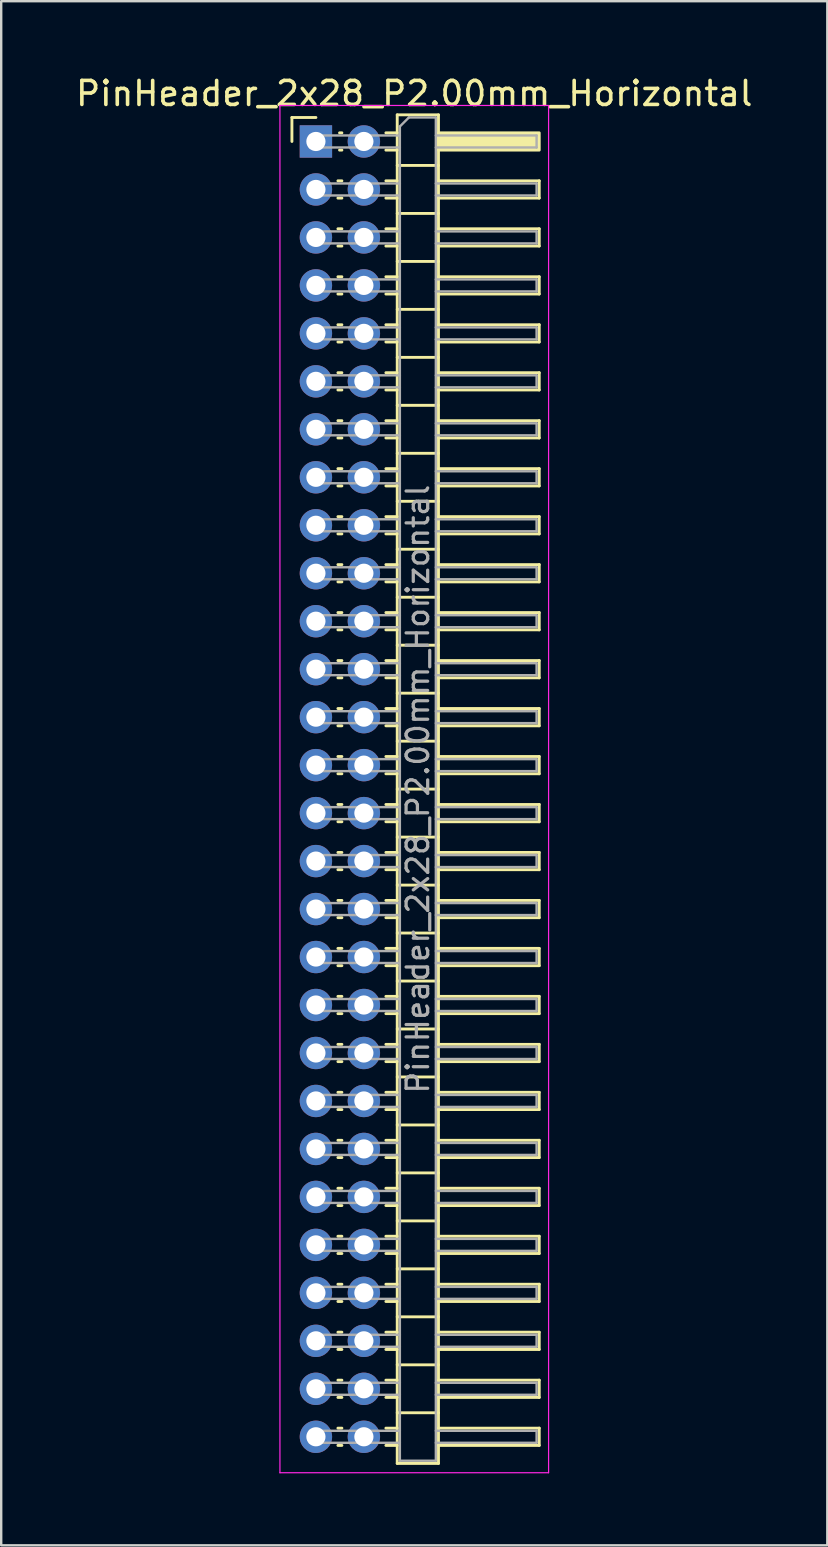
<source format=kicad_pcb>
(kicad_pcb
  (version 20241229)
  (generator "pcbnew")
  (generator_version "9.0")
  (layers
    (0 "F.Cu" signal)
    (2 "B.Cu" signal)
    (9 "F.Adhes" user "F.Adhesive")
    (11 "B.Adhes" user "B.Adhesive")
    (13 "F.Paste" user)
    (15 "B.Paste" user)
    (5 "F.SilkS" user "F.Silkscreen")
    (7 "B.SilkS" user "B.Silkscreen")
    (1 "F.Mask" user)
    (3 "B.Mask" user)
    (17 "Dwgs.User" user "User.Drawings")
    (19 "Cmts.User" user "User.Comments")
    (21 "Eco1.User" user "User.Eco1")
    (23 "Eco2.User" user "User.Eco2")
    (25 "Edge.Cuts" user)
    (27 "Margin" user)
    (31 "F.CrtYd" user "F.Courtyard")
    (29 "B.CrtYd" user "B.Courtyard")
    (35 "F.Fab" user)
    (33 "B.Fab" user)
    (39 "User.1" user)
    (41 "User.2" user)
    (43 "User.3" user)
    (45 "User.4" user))
  (footprint "PinHeader_2x28_P2.00mm_Horizontal"
    (layer "F.Cu")
    (at 10.12 2.848)
    (property "Reference" "PinHeader_2x28_P2.00mm_Horizontal" (at 4.1 -2 0) (layer "F.SilkS") (effects (font (size 1 1) (thickness 0.15))))
    (attr through_hole)
    (fp_line (start -1 -1) (end 0 -1) (stroke (width 0.12) (type solid)) (layer "F.SilkS"))
    (fp_line (start -1 0) (end -1 -1) (stroke (width 0.12) (type solid)) (layer "F.SilkS"))
    (fp_line (start 0.917 1.64) (end 1.083 1.64) (stroke (width 0.12) (type solid)) (layer "F.SilkS"))
    (fp_line (start 0.917 2.36) (end 1.083 2.36) (stroke (width 0.12) (type solid)) (layer "F.SilkS"))
    (fp_line (start 0.917 3.64) (end 1.083 3.64) (stroke (width 0.12) (type solid)) (layer "F.SilkS"))
    (fp_line (start 0.917 4.36) (end 1.083 4.36) (stroke (width 0.12) (type solid)) (layer "F.SilkS"))
    (fp_line (start 0.917 5.64) (end 1.083 5.64) (stroke (width 0.12) (type solid)) (layer "F.SilkS"))
    (fp_line (start 0.917 6.36) (end 1.083 6.36) (stroke (width 0.12) (type solid)) (layer "F.SilkS"))
    (fp_line (start 0.917 7.64) (end 1.083 7.64) (stroke (width 0.12) (type solid)) (layer "F.SilkS"))
    (fp_line (start 0.917 8.36) (end 1.083 8.36) (stroke (width 0.12) (type solid)) (layer "F.SilkS"))
    (fp_line (start 0.917 9.64) (end 1.083 9.64) (stroke (width 0.12) (type solid)) (layer "F.SilkS"))
    (fp_line (start 0.917 10.36) (end 1.083 10.36) (stroke (width 0.12) (type solid)) (layer "F.SilkS"))
    (fp_line (start 0.917 11.64) (end 1.083 11.64) (stroke (width 0.12) (type solid)) (layer "F.SilkS"))
    (fp_line (start 0.917 12.36) (end 1.083 12.36) (stroke (width 0.12) (type solid)) (layer "F.SilkS"))
    (fp_line (start 0.917 13.64) (end 1.083 13.64) (stroke (width 0.12) (type solid)) (layer "F.SilkS"))
    (fp_line (start 0.917 14.36) (end 1.083 14.36) (stroke (width 0.12) (type solid)) (layer "F.SilkS"))
    (fp_line (start 0.917 15.64) (end 1.083 15.64) (stroke (width 0.12) (type solid)) (layer "F.SilkS"))
    (fp_line (start 0.917 16.36) (end 1.083 16.36) (stroke (width 0.12) (type solid)) (layer "F.SilkS"))
    (fp_line (start 0.917 17.64) (end 1.083 17.64) (stroke (width 0.12) (type solid)) (layer "F.SilkS"))
    (fp_line (start 0.917 18.36) (end 1.083 18.36) (stroke (width 0.12) (type solid)) (layer "F.SilkS"))
    (fp_line (start 0.917 19.64) (end 1.083 19.64) (stroke (width 0.12) (type solid)) (layer "F.SilkS"))
    (fp_line (start 0.917 20.36) (end 1.083 20.36) (stroke (width 0.12) (type solid)) (layer "F.SilkS"))
    (fp_line (start 0.917 21.64) (end 1.083 21.64) (stroke (width 0.12) (type solid)) (layer "F.SilkS"))
    (fp_line (start 0.917 22.36) (end 1.083 22.36) (stroke (width 0.12) (type solid)) (layer "F.SilkS"))
    (fp_line (start 0.917 23.64) (end 1.083 23.64) (stroke (width 0.12) (type solid)) (layer "F.SilkS"))
    (fp_line (start 0.917 24.36) (end 1.083 24.36) (stroke (width 0.12) (type solid)) (layer "F.SilkS"))
    (fp_line (start 0.917 25.64) (end 1.083 25.64) (stroke (width 0.12) (type solid)) (layer "F.SilkS"))
    (fp_line (start 0.917 26.36) (end 1.083 26.36) (stroke (width 0.12) (type solid)) (layer "F.SilkS"))
    (fp_line (start 0.917 27.64) (end 1.083 27.64) (stroke (width 0.12) (type solid)) (layer "F.SilkS"))
    (fp_line (start 0.917 28.36) (end 1.083 28.36) (stroke (width 0.12) (type solid)) (layer "F.SilkS"))
    (fp_line (start 0.917 29.64) (end 1.083 29.64) (stroke (width 0.12) (type solid)) (layer "F.SilkS"))
    (fp_line (start 0.917 30.36) (end 1.083 30.36) (stroke (width 0.12) (type solid)) (layer "F.SilkS"))
    (fp_line (start 0.917 31.64) (end 1.083 31.64) (stroke (width 0.12) (type solid)) (layer "F.SilkS"))
    (fp_line (start 0.917 32.36) (end 1.083 32.36) (stroke (width 0.12) (type solid)) (layer "F.SilkS"))
    (fp_line (start 0.917 33.64) (end 1.083 33.64) (stroke (width 0.12) (type solid)) (layer "F.SilkS"))
    (fp_line (start 0.917 34.36) (end 1.083 34.36) (stroke (width 0.12) (type solid)) (layer "F.SilkS"))
    (fp_line (start 0.917 35.64) (end 1.083 35.64) (stroke (width 0.12) (type solid)) (layer "F.SilkS"))
    (fp_line (start 0.917 36.36) (end 1.083 36.36) (stroke (width 0.12) (type solid)) (layer "F.SilkS"))
    (fp_line (start 0.917 37.64) (end 1.083 37.64) (stroke (width 0.12) (type solid)) (layer "F.SilkS"))
    (fp_line (start 0.917 38.36) (end 1.083 38.36) (stroke (width 0.12) (type solid)) (layer "F.SilkS"))
    (fp_line (start 0.917 39.64) (end 1.083 39.64) (stroke (width 0.12) (type solid)) (layer "F.SilkS"))
    (fp_line (start 0.917 40.36) (end 1.083 40.36) (stroke (width 0.12) (type solid)) (layer "F.SilkS"))
    (fp_line (start 0.917 41.64) (end 1.083 41.64) (stroke (width 0.12) (type solid)) (layer "F.SilkS"))
    (fp_line (start 0.917 42.36) (end 1.083 42.36) (stroke (width 0.12) (type solid)) (layer "F.SilkS"))
    (fp_line (start 0.917 43.64) (end 1.083 43.64) (stroke (width 0.12) (type solid)) (layer "F.SilkS"))
    (fp_line (start 0.917 44.36) (end 1.083 44.36) (stroke (width 0.12) (type solid)) (layer "F.SilkS"))
    (fp_line (start 0.917 45.64) (end 1.083 45.64) (stroke (width 0.12) (type solid)) (layer "F.SilkS"))
    (fp_line (start 0.917 46.36) (end 1.083 46.36) (stroke (width 0.12) (type solid)) (layer "F.SilkS"))
    (fp_line (start 0.917 47.64) (end 1.083 47.64) (stroke (width 0.12) (type solid)) (layer "F.SilkS"))
    (fp_line (start 0.917 48.36) (end 1.083 48.36) (stroke (width 0.12) (type solid)) (layer "F.SilkS"))
    (fp_line (start 0.917 49.64) (end 1.083 49.64) (stroke (width 0.12) (type solid)) (layer "F.SilkS"))
    (fp_line (start 0.917 50.36) (end 1.083 50.36) (stroke (width 0.12) (type solid)) (layer "F.SilkS"))
    (fp_line (start 0.917 51.64) (end 1.083 51.64) (stroke (width 0.12) (type solid)) (layer "F.SilkS"))
    (fp_line (start 0.917 52.36) (end 1.083 52.36) (stroke (width 0.12) (type solid)) (layer "F.SilkS"))
    (fp_line (start 0.917 53.64) (end 1.083 53.64) (stroke (width 0.12) (type solid)) (layer "F.SilkS"))
    (fp_line (start 0.917 54.36) (end 1.083 54.36) (stroke (width 0.12) (type solid)) (layer "F.SilkS"))
    (fp_line (start 0.985 -0.36) (end 1.083 -0.36) (stroke (width 0.12) (type solid)) (layer "F.SilkS"))
    (fp_line (start 0.985 0.36) (end 1.083 0.36) (stroke (width 0.12) (type solid)) (layer "F.SilkS"))
    (fp_line (start 2.917 -0.36) (end 3.39 -0.36) (stroke (width 0.12) (type solid)) (layer "F.SilkS"))
    (fp_line (start 2.917 0.36) (end 3.39 0.36) (stroke (width 0.12) (type solid)) (layer "F.SilkS"))
    (fp_line (start 2.917 1.64) (end 3.39 1.64) (stroke (width 0.12) (type solid)) (layer "F.SilkS"))
    (fp_line (start 2.917 2.36) (end 3.39 2.36) (stroke (width 0.12) (type solid)) (layer "F.SilkS"))
    (fp_line (start 2.917 3.64) (end 3.39 3.64) (stroke (width 0.12) (type solid)) (layer "F.SilkS"))
    (fp_line (start 2.917 4.36) (end 3.39 4.36) (stroke (width 0.12) (type solid)) (layer "F.SilkS"))
    (fp_line (start 2.917 5.64) (end 3.39 5.64) (stroke (width 0.12) (type solid)) (layer "F.SilkS"))
    (fp_line (start 2.917 6.36) (end 3.39 6.36) (stroke (width 0.12) (type solid)) (layer "F.SilkS"))
    (fp_line (start 2.917 7.64) (end 3.39 7.64) (stroke (width 0.12) (type solid)) (layer "F.SilkS"))
    (fp_line (start 2.917 8.36) (end 3.39 8.36) (stroke (width 0.12) (type solid)) (layer "F.SilkS"))
    (fp_line (start 2.917 9.64) (end 3.39 9.64) (stroke (width 0.12) (type solid)) (layer "F.SilkS"))
    (fp_line (start 2.917 10.36) (end 3.39 10.36) (stroke (width 0.12) (type solid)) (layer "F.SilkS"))
    (fp_line (start 2.917 11.64) (end 3.39 11.64) (stroke (width 0.12) (type solid)) (layer "F.SilkS"))
    (fp_line (start 2.917 12.36) (end 3.39 12.36) (stroke (width 0.12) (type solid)) (layer "F.SilkS"))
    (fp_line (start 2.917 13.64) (end 3.39 13.64) (stroke (width 0.12) (type solid)) (layer "F.SilkS"))
    (fp_line (start 2.917 14.36) (end 3.39 14.36) (stroke (width 0.12) (type solid)) (layer "F.SilkS"))
    (fp_line (start 2.917 15.64) (end 3.39 15.64) (stroke (width 0.12) (type solid)) (layer "F.SilkS"))
    (fp_line (start 2.917 16.36) (end 3.39 16.36) (stroke (width 0.12) (type solid)) (layer "F.SilkS"))
    (fp_line (start 2.917 17.64) (end 3.39 17.64) (stroke (width 0.12) (type solid)) (layer "F.SilkS"))
    (fp_line (start 2.917 18.36) (end 3.39 18.36) (stroke (width 0.12) (type solid)) (layer "F.SilkS"))
    (fp_line (start 2.917 19.64) (end 3.39 19.64) (stroke (width 0.12) (type solid)) (layer "F.SilkS"))
    (fp_line (start 2.917 20.36) (end 3.39 20.36) (stroke (width 0.12) (type solid)) (layer "F.SilkS"))
    (fp_line (start 2.917 21.64) (end 3.39 21.64) (stroke (width 0.12) (type solid)) (layer "F.SilkS"))
    (fp_line (start 2.917 22.36) (end 3.39 22.36) (stroke (width 0.12) (type solid)) (layer "F.SilkS"))
    (fp_line (start 2.917 23.64) (end 3.39 23.64) (stroke (width 0.12) (type solid)) (layer "F.SilkS"))
    (fp_line (start 2.917 24.36) (end 3.39 24.36) (stroke (width 0.12) (type solid)) (layer "F.SilkS"))
    (fp_line (start 2.917 25.64) (end 3.39 25.64) (stroke (width 0.12) (type solid)) (layer "F.SilkS"))
    (fp_line (start 2.917 26.36) (end 3.39 26.36) (stroke (width 0.12) (type solid)) (layer "F.SilkS"))
    (fp_line (start 2.917 27.64) (end 3.39 27.64) (stroke (width 0.12) (type solid)) (layer "F.SilkS"))
    (fp_line (start 2.917 28.36) (end 3.39 28.36) (stroke (width 0.12) (type solid)) (layer "F.SilkS"))
    (fp_line (start 2.917 29.64) (end 3.39 29.64) (stroke (width 0.12) (type solid)) (layer "F.SilkS"))
    (fp_line (start 2.917 30.36) (end 3.39 30.36) (stroke (width 0.12) (type solid)) (layer "F.SilkS"))
    (fp_line (start 2.917 31.64) (end 3.39 31.64) (stroke (width 0.12) (type solid)) (layer "F.SilkS"))
    (fp_line (start 2.917 32.36) (end 3.39 32.36) (stroke (width 0.12) (type solid)) (layer "F.SilkS"))
    (fp_line (start 2.917 33.64) (end 3.39 33.64) (stroke (width 0.12) (type solid)) (layer "F.SilkS"))
    (fp_line (start 2.917 34.36) (end 3.39 34.36) (stroke (width 0.12) (type solid)) (layer "F.SilkS"))
    (fp_line (start 2.917 35.64) (end 3.39 35.64) (stroke (width 0.12) (type solid)) (layer "F.SilkS"))
    (fp_line (start 2.917 36.36) (end 3.39 36.36) (stroke (width 0.12) (type solid)) (layer "F.SilkS"))
    (fp_line (start 2.917 37.64) (end 3.39 37.64) (stroke (width 0.12) (type solid)) (layer "F.SilkS"))
    (fp_line (start 2.917 38.36) (end 3.39 38.36) (stroke (width 0.12) (type solid)) (layer "F.SilkS"))
    (fp_line (start 2.917 39.64) (end 3.39 39.64) (stroke (width 0.12) (type solid)) (layer "F.SilkS"))
    (fp_line (start 2.917 40.36) (end 3.39 40.36) (stroke (width 0.12) (type solid)) (layer "F.SilkS"))
    (fp_line (start 2.917 41.64) (end 3.39 41.64) (stroke (width 0.12) (type solid)) (layer "F.SilkS"))
    (fp_line (start 2.917 42.36) (end 3.39 42.36) (stroke (width 0.12) (type solid)) (layer "F.SilkS"))
    (fp_line (start 2.917 43.64) (end 3.39 43.64) (stroke (width 0.12) (type solid)) (layer "F.SilkS"))
    (fp_line (start 2.917 44.36) (end 3.39 44.36) (stroke (width 0.12) (type solid)) (layer "F.SilkS"))
    (fp_line (start 2.917 45.64) (end 3.39 45.64) (stroke (width 0.12) (type solid)) (layer "F.SilkS"))
    (fp_line (start 2.917 46.36) (end 3.39 46.36) (stroke (width 0.12) (type solid)) (layer "F.SilkS"))
    (fp_line (start 2.917 47.64) (end 3.39 47.64) (stroke (width 0.12) (type solid)) (layer "F.SilkS"))
    (fp_line (start 2.917 48.36) (end 3.39 48.36) (stroke (width 0.12) (type solid)) (layer "F.SilkS"))
    (fp_line (start 2.917 49.64) (end 3.39 49.64) (stroke (width 0.12) (type solid)) (layer "F.SilkS"))
    (fp_line (start 2.917 50.36) (end 3.39 50.36) (stroke (width 0.12) (type solid)) (layer "F.SilkS"))
    (fp_line (start 2.917 51.64) (end 3.39 51.64) (stroke (width 0.12) (type solid)) (layer "F.SilkS"))
    (fp_line (start 2.917 52.36) (end 3.39 52.36) (stroke (width 0.12) (type solid)) (layer "F.SilkS"))
    (fp_line (start 2.917 53.64) (end 3.39 53.64) (stroke (width 0.12) (type solid)) (layer "F.SilkS"))
    (fp_line (start 2.917 54.36) (end 3.39 54.36) (stroke (width 0.12) (type solid)) (layer "F.SilkS"))
    (fp_line (start 3.39 -1.11) (end 3.39 55.11) (stroke (width 0.12) (type solid)) (layer "F.SilkS"))
    (fp_line (start 3.39 1) (end 5.11 1) (stroke (width 0.12) (type solid)) (layer "F.SilkS"))
    (fp_line (start 3.39 3) (end 5.11 3) (stroke (width 0.12) (type solid)) (layer "F.SilkS"))
    (fp_line (start 3.39 5) (end 5.11 5) (stroke (width 0.12) (type solid)) (layer "F.SilkS"))
    (fp_line (start 3.39 7) (end 5.11 7) (stroke (width 0.12) (type solid)) (layer "F.SilkS"))
    (fp_line (start 3.39 9) (end 5.11 9) (stroke (width 0.12) (type solid)) (layer "F.SilkS"))
    (fp_line (start 3.39 11) (end 5.11 11) (stroke (width 0.12) (type solid)) (layer "F.SilkS"))
    (fp_line (start 3.39 13) (end 5.11 13) (stroke (width 0.12) (type solid)) (layer "F.SilkS"))
    (fp_line (start 3.39 15) (end 5.11 15) (stroke (width 0.12) (type solid)) (layer "F.SilkS"))
    (fp_line (start 3.39 17) (end 5.11 17) (stroke (width 0.12) (type solid)) (layer "F.SilkS"))
    (fp_line (start 3.39 19) (end 5.11 19) (stroke (width 0.12) (type solid)) (layer "F.SilkS"))
    (fp_line (start 3.39 21) (end 5.11 21) (stroke (width 0.12) (type solid)) (layer "F.SilkS"))
    (fp_line (start 3.39 23) (end 5.11 23) (stroke (width 0.12) (type solid)) (layer "F.SilkS"))
    (fp_line (start 3.39 25) (end 5.11 25) (stroke (width 0.12) (type solid)) (layer "F.SilkS"))
    (fp_line (start 3.39 27) (end 5.11 27) (stroke (width 0.12) (type solid)) (layer "F.SilkS"))
    (fp_line (start 3.39 29) (end 5.11 29) (stroke (width 0.12) (type solid)) (layer "F.SilkS"))
    (fp_line (start 3.39 31) (end 5.11 31) (stroke (width 0.12) (type solid)) (layer "F.SilkS"))
    (fp_line (start 3.39 33) (end 5.11 33) (stroke (width 0.12) (type solid)) (layer "F.SilkS"))
    (fp_line (start 3.39 35) (end 5.11 35) (stroke (width 0.12) (type solid)) (layer "F.SilkS"))
    (fp_line (start 3.39 37) (end 5.11 37) (stroke (width 0.12) (type solid)) (layer "F.SilkS"))
    (fp_line (start 3.39 39) (end 5.11 39) (stroke (width 0.12) (type solid)) (layer "F.SilkS"))
    (fp_line (start 3.39 41) (end 5.11 41) (stroke (width 0.12) (type solid)) (layer "F.SilkS"))
    (fp_line (start 3.39 43) (end 5.11 43) (stroke (width 0.12) (type solid)) (layer "F.SilkS"))
    (fp_line (start 3.39 45) (end 5.11 45) (stroke (width 0.12) (type solid)) (layer "F.SilkS"))
    (fp_line (start 3.39 47) (end 5.11 47) (stroke (width 0.12) (type solid)) (layer "F.SilkS"))
    (fp_line (start 3.39 49) (end 5.11 49) (stroke (width 0.12) (type solid)) (layer "F.SilkS"))
    (fp_line (start 3.39 51) (end 5.11 51) (stroke (width 0.12) (type solid)) (layer "F.SilkS"))
    (fp_line (start 3.39 53) (end 5.11 53) (stroke (width 0.12) (type solid)) (layer "F.SilkS"))
    (fp_line (start 3.39 55.11) (end 5.11 55.11) (stroke (width 0.12) (type solid)) (layer "F.SilkS"))
    (fp_line (start 5.11 -1.11) (end 3.39 -1.11) (stroke (width 0.12) (type solid)) (layer "F.SilkS"))
    (fp_line (start 5.11 1.64) (end 9.31 1.64) (stroke (width 0.12) (type solid)) (layer "F.SilkS"))
    (fp_line (start 5.11 3.64) (end 9.31 3.64) (stroke (width 0.12) (type solid)) (layer "F.SilkS"))
    (fp_line (start 5.11 5.64) (end 9.31 5.64) (stroke (width 0.12) (type solid)) (layer "F.SilkS"))
    (fp_line (start 5.11 7.64) (end 9.31 7.64) (stroke (width 0.12) (type solid)) (layer "F.SilkS"))
    (fp_line (start 5.11 9.64) (end 9.31 9.64) (stroke (width 0.12) (type solid)) (layer "F.SilkS"))
    (fp_line (start 5.11 11.64) (end 9.31 11.64) (stroke (width 0.12) (type solid)) (layer "F.SilkS"))
    (fp_line (start 5.11 13.64) (end 9.31 13.64) (stroke (width 0.12) (type solid)) (layer "F.SilkS"))
    (fp_line (start 5.11 15.64) (end 9.31 15.64) (stroke (width 0.12) (type solid)) (layer "F.SilkS"))
    (fp_line (start 5.11 17.64) (end 9.31 17.64) (stroke (width 0.12) (type solid)) (layer "F.SilkS"))
    (fp_line (start 5.11 19.64) (end 9.31 19.64) (stroke (width 0.12) (type solid)) (layer "F.SilkS"))
    (fp_line (start 5.11 21.64) (end 9.31 21.64) (stroke (width 0.12) (type solid)) (layer "F.SilkS"))
    (fp_line (start 5.11 23.64) (end 9.31 23.64) (stroke (width 0.12) (type solid)) (layer "F.SilkS"))
    (fp_line (start 5.11 25.64) (end 9.31 25.64) (stroke (width 0.12) (type solid)) (layer "F.SilkS"))
    (fp_line (start 5.11 27.64) (end 9.31 27.64) (stroke (width 0.12) (type solid)) (layer "F.SilkS"))
    (fp_line (start 5.11 29.64) (end 9.31 29.64) (stroke (width 0.12) (type solid)) (layer "F.SilkS"))
    (fp_line (start 5.11 31.64) (end 9.31 31.64) (stroke (width 0.12) (type solid)) (layer "F.SilkS"))
    (fp_line (start 5.11 33.64) (end 9.31 33.64) (stroke (width 0.12) (type solid)) (layer "F.SilkS"))
    (fp_line (start 5.11 35.64) (end 9.31 35.64) (stroke (width 0.12) (type solid)) (layer "F.SilkS"))
    (fp_line (start 5.11 37.64) (end 9.31 37.64) (stroke (width 0.12) (type solid)) (layer "F.SilkS"))
    (fp_line (start 5.11 39.64) (end 9.31 39.64) (stroke (width 0.12) (type solid)) (layer "F.SilkS"))
    (fp_line (start 5.11 41.64) (end 9.31 41.64) (stroke (width 0.12) (type solid)) (layer "F.SilkS"))
    (fp_line (start 5.11 43.64) (end 9.31 43.64) (stroke (width 0.12) (type solid)) (layer "F.SilkS"))
    (fp_line (start 5.11 45.64) (end 9.31 45.64) (stroke (width 0.12) (type solid)) (layer "F.SilkS"))
    (fp_line (start 5.11 47.64) (end 9.31 47.64) (stroke (width 0.12) (type solid)) (layer "F.SilkS"))
    (fp_line (start 5.11 49.64) (end 9.31 49.64) (stroke (width 0.12) (type solid)) (layer "F.SilkS"))
    (fp_line (start 5.11 51.64) (end 9.31 51.64) (stroke (width 0.12) (type solid)) (layer "F.SilkS"))
    (fp_line (start 5.11 53.64) (end 9.31 53.64) (stroke (width 0.12) (type solid)) (layer "F.SilkS"))
    (fp_line (start 5.11 55.11) (end 5.11 -1.11) (stroke (width 0.12) (type solid)) (layer "F.SilkS"))
    (fp_line (start 9.31 1.64) (end 9.31 2.36) (stroke (width 0.12) (type solid)) (layer "F.SilkS"))
    (fp_line (start 9.31 2.36) (end 5.11 2.36) (stroke (width 0.12) (type solid)) (layer "F.SilkS"))
    (fp_line (start 9.31 3.64) (end 9.31 4.36) (stroke (width 0.12) (type solid)) (layer "F.SilkS"))
    (fp_line (start 9.31 4.36) (end 5.11 4.36) (stroke (width 0.12) (type solid)) (layer "F.SilkS"))
    (fp_line (start 9.31 5.64) (end 9.31 6.36) (stroke (width 0.12) (type solid)) (layer "F.SilkS"))
    (fp_line (start 9.31 6.36) (end 5.11 6.36) (stroke (width 0.12) (type solid)) (layer "F.SilkS"))
    (fp_line (start 9.31 7.64) (end 9.31 8.36) (stroke (width 0.12) (type solid)) (layer "F.SilkS"))
    (fp_line (start 9.31 8.36) (end 5.11 8.36) (stroke (width 0.12) (type solid)) (layer "F.SilkS"))
    (fp_line (start 9.31 9.64) (end 9.31 10.36) (stroke (width 0.12) (type solid)) (layer "F.SilkS"))
    (fp_line (start 9.31 10.36) (end 5.11 10.36) (stroke (width 0.12) (type solid)) (layer "F.SilkS"))
    (fp_line (start 9.31 11.64) (end 9.31 12.36) (stroke (width 0.12) (type solid)) (layer "F.SilkS"))
    (fp_line (start 9.31 12.36) (end 5.11 12.36) (stroke (width 0.12) (type solid)) (layer "F.SilkS"))
    (fp_line (start 9.31 13.64) (end 9.31 14.36) (stroke (width 0.12) (type solid)) (layer "F.SilkS"))
    (fp_line (start 9.31 14.36) (end 5.11 14.36) (stroke (width 0.12) (type solid)) (layer "F.SilkS"))
    (fp_line (start 9.31 15.64) (end 9.31 16.36) (stroke (width 0.12) (type solid)) (layer "F.SilkS"))
    (fp_line (start 9.31 16.36) (end 5.11 16.36) (stroke (width 0.12) (type solid)) (layer "F.SilkS"))
    (fp_line (start 9.31 17.64) (end 9.31 18.36) (stroke (width 0.12) (type solid)) (layer "F.SilkS"))
    (fp_line (start 9.31 18.36) (end 5.11 18.36) (stroke (width 0.12) (type solid)) (layer "F.SilkS"))
    (fp_line (start 9.31 19.64) (end 9.31 20.36) (stroke (width 0.12) (type solid)) (layer "F.SilkS"))
    (fp_line (start 9.31 20.36) (end 5.11 20.36) (stroke (width 0.12) (type solid)) (layer "F.SilkS"))
    (fp_line (start 9.31 21.64) (end 9.31 22.36) (stroke (width 0.12) (type solid)) (layer "F.SilkS"))
    (fp_line (start 9.31 22.36) (end 5.11 22.36) (stroke (width 0.12) (type solid)) (layer "F.SilkS"))
    (fp_line (start 9.31 23.64) (end 9.31 24.36) (stroke (width 0.12) (type solid)) (layer "F.SilkS"))
    (fp_line (start 9.31 24.36) (end 5.11 24.36) (stroke (width 0.12) (type solid)) (layer "F.SilkS"))
    (fp_line (start 9.31 25.64) (end 9.31 26.36) (stroke (width 0.12) (type solid)) (layer "F.SilkS"))
    (fp_line (start 9.31 26.36) (end 5.11 26.36) (stroke (width 0.12) (type solid)) (layer "F.SilkS"))
    (fp_line (start 9.31 27.64) (end 9.31 28.36) (stroke (width 0.12) (type solid)) (layer "F.SilkS"))
    (fp_line (start 9.31 28.36) (end 5.11 28.36) (stroke (width 0.12) (type solid)) (layer "F.SilkS"))
    (fp_line (start 9.31 29.64) (end 9.31 30.36) (stroke (width 0.12) (type solid)) (layer "F.SilkS"))
    (fp_line (start 9.31 30.36) (end 5.11 30.36) (stroke (width 0.12) (type solid)) (layer "F.SilkS"))
    (fp_line (start 9.31 31.64) (end 9.31 32.36) (stroke (width 0.12) (type solid)) (layer "F.SilkS"))
    (fp_line (start 9.31 32.36) (end 5.11 32.36) (stroke (width 0.12) (type solid)) (layer "F.SilkS"))
    (fp_line (start 9.31 33.64) (end 9.31 34.36) (stroke (width 0.12) (type solid)) (layer "F.SilkS"))
    (fp_line (start 9.31 34.36) (end 5.11 34.36) (stroke (width 0.12) (type solid)) (layer "F.SilkS"))
    (fp_line (start 9.31 35.64) (end 9.31 36.36) (stroke (width 0.12) (type solid)) (layer "F.SilkS"))
    (fp_line (start 9.31 36.36) (end 5.11 36.36) (stroke (width 0.12) (type solid)) (layer "F.SilkS"))
    (fp_line (start 9.31 37.64) (end 9.31 38.36) (stroke (width 0.12) (type solid)) (layer "F.SilkS"))
    (fp_line (start 9.31 38.36) (end 5.11 38.36) (stroke (width 0.12) (type solid)) (layer "F.SilkS"))
    (fp_line (start 9.31 39.64) (end 9.31 40.36) (stroke (width 0.12) (type solid)) (layer "F.SilkS"))
    (fp_line (start 9.31 40.36) (end 5.11 40.36) (stroke (width 0.12) (type solid)) (layer "F.SilkS"))
    (fp_line (start 9.31 41.64) (end 9.31 42.36) (stroke (width 0.12) (type solid)) (layer "F.SilkS"))
    (fp_line (start 9.31 42.36) (end 5.11 42.36) (stroke (width 0.12) (type solid)) (layer "F.SilkS"))
    (fp_line (start 9.31 43.64) (end 9.31 44.36) (stroke (width 0.12) (type solid)) (layer "F.SilkS"))
    (fp_line (start 9.31 44.36) (end 5.11 44.36) (stroke (width 0.12) (type solid)) (layer "F.SilkS"))
    (fp_line (start 9.31 45.64) (end 9.31 46.36) (stroke (width 0.12) (type solid)) (layer "F.SilkS"))
    (fp_line (start 9.31 46.36) (end 5.11 46.36) (stroke (width 0.12) (type solid)) (layer "F.SilkS"))
    (fp_line (start 9.31 47.64) (end 9.31 48.36) (stroke (width 0.12) (type solid)) (layer "F.SilkS"))
    (fp_line (start 9.31 48.36) (end 5.11 48.36) (stroke (width 0.12) (type solid)) (layer "F.SilkS"))
    (fp_line (start 9.31 49.64) (end 9.31 50.36) (stroke (width 0.12) (type solid)) (layer "F.SilkS"))
    (fp_line (start 9.31 50.36) (end 5.11 50.36) (stroke (width 0.12) (type solid)) (layer "F.SilkS"))
    (fp_line (start 9.31 51.64) (end 9.31 52.36) (stroke (width 0.12) (type solid)) (layer "F.SilkS"))
    (fp_line (start 9.31 52.36) (end 5.11 52.36) (stroke (width 0.12) (type solid)) (layer "F.SilkS"))
    (fp_line (start 9.31 53.64) (end 9.31 54.36) (stroke (width 0.12) (type solid)) (layer "F.SilkS"))
    (fp_line (start 9.31 54.36) (end 5.11 54.36) (stroke (width 0.12) (type solid)) (layer "F.SilkS"))
    (fp_rect (start 5.11 -0.36) (end 9.31 0.36) (stroke (width 0.12) (type solid)) (fill yes) (layer "F.SilkS"))
    (fp_line (start -1.5 -1.5) (end -1.5 55.5) (stroke (width 0.05) (type solid)) (layer "F.CrtYd"))
    (fp_line (start -1.5 55.5) (end 9.7 55.5) (stroke (width 0.05) (type solid)) (layer "F.CrtYd"))
    (fp_line (start 9.7 -1.5) (end -1.5 -1.5) (stroke (width 0.05) (type solid)) (layer "F.CrtYd"))
    (fp_line (start 9.7 55.5) (end 9.7 -1.5) (stroke (width 0.05) (type solid)) (layer "F.CrtYd"))
    (fp_line (start -0.25 -0.25) (end -0.25 0.25) (stroke (width 0.1) (type solid)) (layer "F.Fab"))
    (fp_line (start -0.25 -0.25) (end 3.5 -0.25) (stroke (width 0.1) (type solid)) (layer "F.Fab"))
    (fp_line (start -0.25 0.25) (end 3.5 0.25) (stroke (width 0.1) (type solid)) (layer "F.Fab"))
    (fp_line (start -0.25 1.75) (end -0.25 2.25) (stroke (width 0.1) (type solid)) (layer "F.Fab"))
    (fp_line (start -0.25 1.75) (end 3.5 1.75) (stroke (width 0.1) (type solid)) (layer "F.Fab"))
    (fp_line (start -0.25 2.25) (end 3.5 2.25) (stroke (width 0.1) (type solid)) (layer "F.Fab"))
    (fp_line (start -0.25 3.75) (end -0.25 4.25) (stroke (width 0.1) (type solid)) (layer "F.Fab"))
    (fp_line (start -0.25 3.75) (end 3.5 3.75) (stroke (width 0.1) (type solid)) (layer "F.Fab"))
    (fp_line (start -0.25 4.25) (end 3.5 4.25) (stroke (width 0.1) (type solid)) (layer "F.Fab"))
    (fp_line (start -0.25 5.75) (end -0.25 6.25) (stroke (width 0.1) (type solid)) (layer "F.Fab"))
    (fp_line (start -0.25 5.75) (end 3.5 5.75) (stroke (width 0.1) (type solid)) (layer "F.Fab"))
    (fp_line (start -0.25 6.25) (end 3.5 6.25) (stroke (width 0.1) (type solid)) (layer "F.Fab"))
    (fp_line (start -0.25 7.75) (end -0.25 8.25) (stroke (width 0.1) (type solid)) (layer "F.Fab"))
    (fp_line (start -0.25 7.75) (end 3.5 7.75) (stroke (width 0.1) (type solid)) (layer "F.Fab"))
    (fp_line (start -0.25 8.25) (end 3.5 8.25) (stroke (width 0.1) (type solid)) (layer "F.Fab"))
    (fp_line (start -0.25 9.75) (end -0.25 10.25) (stroke (width 0.1) (type solid)) (layer "F.Fab"))
    (fp_line (start -0.25 9.75) (end 3.5 9.75) (stroke (width 0.1) (type solid)) (layer "F.Fab"))
    (fp_line (start -0.25 10.25) (end 3.5 10.25) (stroke (width 0.1) (type solid)) (layer "F.Fab"))
    (fp_line (start -0.25 11.75) (end -0.25 12.25) (stroke (width 0.1) (type solid)) (layer "F.Fab"))
    (fp_line (start -0.25 11.75) (end 3.5 11.75) (stroke (width 0.1) (type solid)) (layer "F.Fab"))
    (fp_line (start -0.25 12.25) (end 3.5 12.25) (stroke (width 0.1) (type solid)) (layer "F.Fab"))
    (fp_line (start -0.25 13.75) (end -0.25 14.25) (stroke (width 0.1) (type solid)) (layer "F.Fab"))
    (fp_line (start -0.25 13.75) (end 3.5 13.75) (stroke (width 0.1) (type solid)) (layer "F.Fab"))
    (fp_line (start -0.25 14.25) (end 3.5 14.25) (stroke (width 0.1) (type solid)) (layer "F.Fab"))
    (fp_line (start -0.25 15.75) (end -0.25 16.25) (stroke (width 0.1) (type solid)) (layer "F.Fab"))
    (fp_line (start -0.25 15.75) (end 3.5 15.75) (stroke (width 0.1) (type solid)) (layer "F.Fab"))
    (fp_line (start -0.25 16.25) (end 3.5 16.25) (stroke (width 0.1) (type solid)) (layer "F.Fab"))
    (fp_line (start -0.25 17.75) (end -0.25 18.25) (stroke (width 0.1) (type solid)) (layer "F.Fab"))
    (fp_line (start -0.25 17.75) (end 3.5 17.75) (stroke (width 0.1) (type solid)) (layer "F.Fab"))
    (fp_line (start -0.25 18.25) (end 3.5 18.25) (stroke (width 0.1) (type solid)) (layer "F.Fab"))
    (fp_line (start -0.25 19.75) (end -0.25 20.25) (stroke (width 0.1) (type solid)) (layer "F.Fab"))
    (fp_line (start -0.25 19.75) (end 3.5 19.75) (stroke (width 0.1) (type solid)) (layer "F.Fab"))
    (fp_line (start -0.25 20.25) (end 3.5 20.25) (stroke (width 0.1) (type solid)) (layer "F.Fab"))
    (fp_line (start -0.25 21.75) (end -0.25 22.25) (stroke (width 0.1) (type solid)) (layer "F.Fab"))
    (fp_line (start -0.25 21.75) (end 3.5 21.75) (stroke (width 0.1) (type solid)) (layer "F.Fab"))
    (fp_line (start -0.25 22.25) (end 3.5 22.25) (stroke (width 0.1) (type solid)) (layer "F.Fab"))
    (fp_line (start -0.25 23.75) (end -0.25 24.25) (stroke (width 0.1) (type solid)) (layer "F.Fab"))
    (fp_line (start -0.25 23.75) (end 3.5 23.75) (stroke (width 0.1) (type solid)) (layer "F.Fab"))
    (fp_line (start -0.25 24.25) (end 3.5 24.25) (stroke (width 0.1) (type solid)) (layer "F.Fab"))
    (fp_line (start -0.25 25.75) (end -0.25 26.25) (stroke (width 0.1) (type solid)) (layer "F.Fab"))
    (fp_line (start -0.25 25.75) (end 3.5 25.75) (stroke (width 0.1) (type solid)) (layer "F.Fab"))
    (fp_line (start -0.25 26.25) (end 3.5 26.25) (stroke (width 0.1) (type solid)) (layer "F.Fab"))
    (fp_line (start -0.25 27.75) (end -0.25 28.25) (stroke (width 0.1) (type solid)) (layer "F.Fab"))
    (fp_line (start -0.25 27.75) (end 3.5 27.75) (stroke (width 0.1) (type solid)) (layer "F.Fab"))
    (fp_line (start -0.25 28.25) (end 3.5 28.25) (stroke (width 0.1) (type solid)) (layer "F.Fab"))
    (fp_line (start -0.25 29.75) (end -0.25 30.25) (stroke (width 0.1) (type solid)) (layer "F.Fab"))
    (fp_line (start -0.25 29.75) (end 3.5 29.75) (stroke (width 0.1) (type solid)) (layer "F.Fab"))
    (fp_line (start -0.25 30.25) (end 3.5 30.25) (stroke (width 0.1) (type solid)) (layer "F.Fab"))
    (fp_line (start -0.25 31.75) (end -0.25 32.25) (stroke (width 0.1) (type solid)) (layer "F.Fab"))
    (fp_line (start -0.25 31.75) (end 3.5 31.75) (stroke (width 0.1) (type solid)) (layer "F.Fab"))
    (fp_line (start -0.25 32.25) (end 3.5 32.25) (stroke (width 0.1) (type solid)) (layer "F.Fab"))
    (fp_line (start -0.25 33.75) (end -0.25 34.25) (stroke (width 0.1) (type solid)) (layer "F.Fab"))
    (fp_line (start -0.25 33.75) (end 3.5 33.75) (stroke (width 0.1) (type solid)) (layer "F.Fab"))
    (fp_line (start -0.25 34.25) (end 3.5 34.25) (stroke (width 0.1) (type solid)) (layer "F.Fab"))
    (fp_line (start -0.25 35.75) (end -0.25 36.25) (stroke (width 0.1) (type solid)) (layer "F.Fab"))
    (fp_line (start -0.25 35.75) (end 3.5 35.75) (stroke (width 0.1) (type solid)) (layer "F.Fab"))
    (fp_line (start -0.25 36.25) (end 3.5 36.25) (stroke (width 0.1) (type solid)) (layer "F.Fab"))
    (fp_line (start -0.25 37.75) (end -0.25 38.25) (stroke (width 0.1) (type solid)) (layer "F.Fab"))
    (fp_line (start -0.25 37.75) (end 3.5 37.75) (stroke (width 0.1) (type solid)) (layer "F.Fab"))
    (fp_line (start -0.25 38.25) (end 3.5 38.25) (stroke (width 0.1) (type solid)) (layer "F.Fab"))
    (fp_line (start -0.25 39.75) (end -0.25 40.25) (stroke (width 0.1) (type solid)) (layer "F.Fab"))
    (fp_line (start -0.25 39.75) (end 3.5 39.75) (stroke (width 0.1) (type solid)) (layer "F.Fab"))
    (fp_line (start -0.25 40.25) (end 3.5 40.25) (stroke (width 0.1) (type solid)) (layer "F.Fab"))
    (fp_line (start -0.25 41.75) (end -0.25 42.25) (stroke (width 0.1) (type solid)) (layer "F.Fab"))
    (fp_line (start -0.25 41.75) (end 3.5 41.75) (stroke (width 0.1) (type solid)) (layer "F.Fab"))
    (fp_line (start -0.25 42.25) (end 3.5 42.25) (stroke (width 0.1) (type solid)) (layer "F.Fab"))
    (fp_line (start -0.25 43.75) (end -0.25 44.25) (stroke (width 0.1) (type solid)) (layer "F.Fab"))
    (fp_line (start -0.25 43.75) (end 3.5 43.75) (stroke (width 0.1) (type solid)) (layer "F.Fab"))
    (fp_line (start -0.25 44.25) (end 3.5 44.25) (stroke (width 0.1) (type solid)) (layer "F.Fab"))
    (fp_line (start -0.25 45.75) (end -0.25 46.25) (stroke (width 0.1) (type solid)) (layer "F.Fab"))
    (fp_line (start -0.25 45.75) (end 3.5 45.75) (stroke (width 0.1) (type solid)) (layer "F.Fab"))
    (fp_line (start -0.25 46.25) (end 3.5 46.25) (stroke (width 0.1) (type solid)) (layer "F.Fab"))
    (fp_line (start -0.25 47.75) (end -0.25 48.25) (stroke (width 0.1) (type solid)) (layer "F.Fab"))
    (fp_line (start -0.25 47.75) (end 3.5 47.75) (stroke (width 0.1) (type solid)) (layer "F.Fab"))
    (fp_line (start -0.25 48.25) (end 3.5 48.25) (stroke (width 0.1) (type solid)) (layer "F.Fab"))
    (fp_line (start -0.25 49.75) (end -0.25 50.25) (stroke (width 0.1) (type solid)) (layer "F.Fab"))
    (fp_line (start -0.25 49.75) (end 3.5 49.75) (stroke (width 0.1) (type solid)) (layer "F.Fab"))
    (fp_line (start -0.25 50.25) (end 3.5 50.25) (stroke (width 0.1) (type solid)) (layer "F.Fab"))
    (fp_line (start -0.25 51.75) (end -0.25 52.25) (stroke (width 0.1) (type solid)) (layer "F.Fab"))
    (fp_line (start -0.25 51.75) (end 3.5 51.75) (stroke (width 0.1) (type solid)) (layer "F.Fab"))
    (fp_line (start -0.25 52.25) (end 3.5 52.25) (stroke (width 0.1) (type solid)) (layer "F.Fab"))
    (fp_line (start -0.25 53.75) (end -0.25 54.25) (stroke (width 0.1) (type solid)) (layer "F.Fab"))
    (fp_line (start -0.25 53.75) (end 3.5 53.75) (stroke (width 0.1) (type solid)) (layer "F.Fab"))
    (fp_line (start -0.25 54.25) (end 3.5 54.25) (stroke (width 0.1) (type solid)) (layer "F.Fab"))
    (fp_line (start 3.5 -0.625) (end 3.875 -1) (stroke (width 0.1) (type solid)) (layer "F.Fab"))
    (fp_line (start 3.5 55) (end 3.5 -0.625) (stroke (width 0.1) (type solid)) (layer "F.Fab"))
    (fp_line (start 3.875 -1) (end 5 -1) (stroke (width 0.1) (type solid)) (layer "F.Fab"))
    (fp_line (start 5 -1) (end 5 55) (stroke (width 0.1) (type solid)) (layer "F.Fab"))
    (fp_line (start 5 -0.25) (end 9.2 -0.25) (stroke (width 0.1) (type solid)) (layer "F.Fab"))
    (fp_line (start 5 0.25) (end 9.2 0.25) (stroke (width 0.1) (type solid)) (layer "F.Fab"))
    (fp_line (start 5 1.75) (end 9.2 1.75) (stroke (width 0.1) (type solid)) (layer "F.Fab"))
    (fp_line (start 5 2.25) (end 9.2 2.25) (stroke (width 0.1) (type solid)) (layer "F.Fab"))
    (fp_line (start 5 3.75) (end 9.2 3.75) (stroke (width 0.1) (type solid)) (layer "F.Fab"))
    (fp_line (start 5 4.25) (end 9.2 4.25) (stroke (width 0.1) (type solid)) (layer "F.Fab"))
    (fp_line (start 5 5.75) (end 9.2 5.75) (stroke (width 0.1) (type solid)) (layer "F.Fab"))
    (fp_line (start 5 6.25) (end 9.2 6.25) (stroke (width 0.1) (type solid)) (layer "F.Fab"))
    (fp_line (start 5 7.75) (end 9.2 7.75) (stroke (width 0.1) (type solid)) (layer "F.Fab"))
    (fp_line (start 5 8.25) (end 9.2 8.25) (stroke (width 0.1) (type solid)) (layer "F.Fab"))
    (fp_line (start 5 9.75) (end 9.2 9.75) (stroke (width 0.1) (type solid)) (layer "F.Fab"))
    (fp_line (start 5 10.25) (end 9.2 10.25) (stroke (width 0.1) (type solid)) (layer "F.Fab"))
    (fp_line (start 5 11.75) (end 9.2 11.75) (stroke (width 0.1) (type solid)) (layer "F.Fab"))
    (fp_line (start 5 12.25) (end 9.2 12.25) (stroke (width 0.1) (type solid)) (layer "F.Fab"))
    (fp_line (start 5 13.75) (end 9.2 13.75) (stroke (width 0.1) (type solid)) (layer "F.Fab"))
    (fp_line (start 5 14.25) (end 9.2 14.25) (stroke (width 0.1) (type solid)) (layer "F.Fab"))
    (fp_line (start 5 15.75) (end 9.2 15.75) (stroke (width 0.1) (type solid)) (layer "F.Fab"))
    (fp_line (start 5 16.25) (end 9.2 16.25) (stroke (width 0.1) (type solid)) (layer "F.Fab"))
    (fp_line (start 5 17.75) (end 9.2 17.75) (stroke (width 0.1) (type solid)) (layer "F.Fab"))
    (fp_line (start 5 18.25) (end 9.2 18.25) (stroke (width 0.1) (type solid)) (layer "F.Fab"))
    (fp_line (start 5 19.75) (end 9.2 19.75) (stroke (width 0.1) (type solid)) (layer "F.Fab"))
    (fp_line (start 5 20.25) (end 9.2 20.25) (stroke (width 0.1) (type solid)) (layer "F.Fab"))
    (fp_line (start 5 21.75) (end 9.2 21.75) (stroke (width 0.1) (type solid)) (layer "F.Fab"))
    (fp_line (start 5 22.25) (end 9.2 22.25) (stroke (width 0.1) (type solid)) (layer "F.Fab"))
    (fp_line (start 5 23.75) (end 9.2 23.75) (stroke (width 0.1) (type solid)) (layer "F.Fab"))
    (fp_line (start 5 24.25) (end 9.2 24.25) (stroke (width 0.1) (type solid)) (layer "F.Fab"))
    (fp_line (start 5 25.75) (end 9.2 25.75) (stroke (width 0.1) (type solid)) (layer "F.Fab"))
    (fp_line (start 5 26.25) (end 9.2 26.25) (stroke (width 0.1) (type solid)) (layer "F.Fab"))
    (fp_line (start 5 27.75) (end 9.2 27.75) (stroke (width 0.1) (type solid)) (layer "F.Fab"))
    (fp_line (start 5 28.25) (end 9.2 28.25) (stroke (width 0.1) (type solid)) (layer "F.Fab"))
    (fp_line (start 5 29.75) (end 9.2 29.75) (stroke (width 0.1) (type solid)) (layer "F.Fab"))
    (fp_line (start 5 30.25) (end 9.2 30.25) (stroke (width 0.1) (type solid)) (layer "F.Fab"))
    (fp_line (start 5 31.75) (end 9.2 31.75) (stroke (width 0.1) (type solid)) (layer "F.Fab"))
    (fp_line (start 5 32.25) (end 9.2 32.25) (stroke (width 0.1) (type solid)) (layer "F.Fab"))
    (fp_line (start 5 33.75) (end 9.2 33.75) (stroke (width 0.1) (type solid)) (layer "F.Fab"))
    (fp_line (start 5 34.25) (end 9.2 34.25) (stroke (width 0.1) (type solid)) (layer "F.Fab"))
    (fp_line (start 5 35.75) (end 9.2 35.75) (stroke (width 0.1) (type solid)) (layer "F.Fab"))
    (fp_line (start 5 36.25) (end 9.2 36.25) (stroke (width 0.1) (type solid)) (layer "F.Fab"))
    (fp_line (start 5 37.75) (end 9.2 37.75) (stroke (width 0.1) (type solid)) (layer "F.Fab"))
    (fp_line (start 5 38.25) (end 9.2 38.25) (stroke (width 0.1) (type solid)) (layer "F.Fab"))
    (fp_line (start 5 39.75) (end 9.2 39.75) (stroke (width 0.1) (type solid)) (layer "F.Fab"))
    (fp_line (start 5 40.25) (end 9.2 40.25) (stroke (width 0.1) (type solid)) (layer "F.Fab"))
    (fp_line (start 5 41.75) (end 9.2 41.75) (stroke (width 0.1) (type solid)) (layer "F.Fab"))
    (fp_line (start 5 42.25) (end 9.2 42.25) (stroke (width 0.1) (type solid)) (layer "F.Fab"))
    (fp_line (start 5 43.75) (end 9.2 43.75) (stroke (width 0.1) (type solid)) (layer "F.Fab"))
    (fp_line (start 5 44.25) (end 9.2 44.25) (stroke (width 0.1) (type solid)) (layer "F.Fab"))
    (fp_line (start 5 45.75) (end 9.2 45.75) (stroke (width 0.1) (type solid)) (layer "F.Fab"))
    (fp_line (start 5 46.25) (end 9.2 46.25) (stroke (width 0.1) (type solid)) (layer "F.Fab"))
    (fp_line (start 5 47.75) (end 9.2 47.75) (stroke (width 0.1) (type solid)) (layer "F.Fab"))
    (fp_line (start 5 48.25) (end 9.2 48.25) (stroke (width 0.1) (type solid)) (layer "F.Fab"))
    (fp_line (start 5 49.75) (end 9.2 49.75) (stroke (width 0.1) (type solid)) (layer "F.Fab"))
    (fp_line (start 5 50.25) (end 9.2 50.25) (stroke (width 0.1) (type solid)) (layer "F.Fab"))
    (fp_line (start 5 51.75) (end 9.2 51.75) (stroke (width 0.1) (type solid)) (layer "F.Fab"))
    (fp_line (start 5 52.25) (end 9.2 52.25) (stroke (width 0.1) (type solid)) (layer "F.Fab"))
    (fp_line (start 5 53.75) (end 9.2 53.75) (stroke (width 0.1) (type solid)) (layer "F.Fab"))
    (fp_line (start 5 54.25) (end 9.2 54.25) (stroke (width 0.1) (type solid)) (layer "F.Fab"))
    (fp_line (start 5 55) (end 3.5 55) (stroke (width 0.1) (type solid)) (layer "F.Fab"))
    (fp_line (start 9.2 -0.25) (end 9.2 0.25) (stroke (width 0.1) (type solid)) (layer "F.Fab"))
    (fp_line (start 9.2 1.75) (end 9.2 2.25) (stroke (width 0.1) (type solid)) (layer "F.Fab"))
    (fp_line (start 9.2 3.75) (end 9.2 4.25) (stroke (width 0.1) (type solid)) (layer "F.Fab"))
    (fp_line (start 9.2 5.75) (end 9.2 6.25) (stroke (width 0.1) (type solid)) (layer "F.Fab"))
    (fp_line (start 9.2 7.75) (end 9.2 8.25) (stroke (width 0.1) (type solid)) (layer "F.Fab"))
    (fp_line (start 9.2 9.75) (end 9.2 10.25) (stroke (width 0.1) (type solid)) (layer "F.Fab"))
    (fp_line (start 9.2 11.75) (end 9.2 12.25) (stroke (width 0.1) (type solid)) (layer "F.Fab"))
    (fp_line (start 9.2 13.75) (end 9.2 14.25) (stroke (width 0.1) (type solid)) (layer "F.Fab"))
    (fp_line (start 9.2 15.75) (end 9.2 16.25) (stroke (width 0.1) (type solid)) (layer "F.Fab"))
    (fp_line (start 9.2 17.75) (end 9.2 18.25) (stroke (width 0.1) (type solid)) (layer "F.Fab"))
    (fp_line (start 9.2 19.75) (end 9.2 20.25) (stroke (width 0.1) (type solid)) (layer "F.Fab"))
    (fp_line (start 9.2 21.75) (end 9.2 22.25) (stroke (width 0.1) (type solid)) (layer "F.Fab"))
    (fp_line (start 9.2 23.75) (end 9.2 24.25) (stroke (width 0.1) (type solid)) (layer "F.Fab"))
    (fp_line (start 9.2 25.75) (end 9.2 26.25) (stroke (width 0.1) (type solid)) (layer "F.Fab"))
    (fp_line (start 9.2 27.75) (end 9.2 28.25) (stroke (width 0.1) (type solid)) (layer "F.Fab"))
    (fp_line (start 9.2 29.75) (end 9.2 30.25) (stroke (width 0.1) (type solid)) (layer "F.Fab"))
    (fp_line (start 9.2 31.75) (end 9.2 32.25) (stroke (width 0.1) (type solid)) (layer "F.Fab"))
    (fp_line (start 9.2 33.75) (end 9.2 34.25) (stroke (width 0.1) (type solid)) (layer "F.Fab"))
    (fp_line (start 9.2 35.75) (end 9.2 36.25) (stroke (width 0.1) (type solid)) (layer "F.Fab"))
    (fp_line (start 9.2 37.75) (end 9.2 38.25) (stroke (width 0.1) (type solid)) (layer "F.Fab"))
    (fp_line (start 9.2 39.75) (end 9.2 40.25) (stroke (width 0.1) (type solid)) (layer "F.Fab"))
    (fp_line (start 9.2 41.75) (end 9.2 42.25) (stroke (width 0.1) (type solid)) (layer "F.Fab"))
    (fp_line (start 9.2 43.75) (end 9.2 44.25) (stroke (width 0.1) (type solid)) (layer "F.Fab"))
    (fp_line (start 9.2 45.75) (end 9.2 46.25) (stroke (width 0.1) (type solid)) (layer "F.Fab"))
    (fp_line (start 9.2 47.75) (end 9.2 48.25) (stroke (width 0.1) (type solid)) (layer "F.Fab"))
    (fp_line (start 9.2 49.75) (end 9.2 50.25) (stroke (width 0.1) (type solid)) (layer "F.Fab"))
    (fp_line (start 9.2 51.75) (end 9.2 52.25) (stroke (width 0.1) (type solid)) (layer "F.Fab"))
    (fp_line (start 9.2 53.75) (end 9.2 54.25) (stroke (width 0.1) (type solid)) (layer "F.Fab"))
    (fp_text user "${REFERENCE}" (at 4.25 27 90) (layer "F.Fab") (effects (font (size 0.9 0.9) (thickness 0.135))))
    (pad "1" thru_hole rect (at 0 0) (size 1.35 1.35) (drill 0.8) (layers "*.Cu" "*.Mask"))
    (pad "2" thru_hole circle (at 2 0) (size 1.35 1.35) (drill 0.8) (layers "*.Cu" "*.Mask"))
    (pad "3" thru_hole circle (at 0 2) (size 1.35 1.35) (drill 0.8) (layers "*.Cu" "*.Mask"))
    (pad "4" thru_hole circle (at 2 2) (size 1.35 1.35) (drill 0.8) (layers "*.Cu" "*.Mask"))
    (pad "5" thru_hole circle (at 0 4) (size 1.35 1.35) (drill 0.8) (layers "*.Cu" "*.Mask"))
    (pad "6" thru_hole circle (at 2 4) (size 1.35 1.35) (drill 0.8) (layers "*.Cu" "*.Mask"))
    (pad "7" thru_hole circle (at 0 6) (size 1.35 1.35) (drill 0.8) (layers "*.Cu" "*.Mask"))
    (pad "8" thru_hole circle (at 2 6) (size 1.35 1.35) (drill 0.8) (layers "*.Cu" "*.Mask"))
    (pad "9" thru_hole circle (at 0 8) (size 1.35 1.35) (drill 0.8) (layers "*.Cu" "*.Mask"))
    (pad "10" thru_hole circle (at 2 8) (size 1.35 1.35) (drill 0.8) (layers "*.Cu" "*.Mask"))
    (pad "11" thru_hole circle (at 0 10) (size 1.35 1.35) (drill 0.8) (layers "*.Cu" "*.Mask"))
    (pad "12" thru_hole circle (at 2 10) (size 1.35 1.35) (drill 0.8) (layers "*.Cu" "*.Mask"))
    (pad "13" thru_hole circle (at 0 12) (size 1.35 1.35) (drill 0.8) (layers "*.Cu" "*.Mask"))
    (pad "14" thru_hole circle (at 2 12) (size 1.35 1.35) (drill 0.8) (layers "*.Cu" "*.Mask"))
    (pad "15" thru_hole circle (at 0 14) (size 1.35 1.35) (drill 0.8) (layers "*.Cu" "*.Mask"))
    (pad "16" thru_hole circle (at 2 14) (size 1.35 1.35) (drill 0.8) (layers "*.Cu" "*.Mask"))
    (pad "17" thru_hole circle (at 0 16) (size 1.35 1.35) (drill 0.8) (layers "*.Cu" "*.Mask"))
    (pad "18" thru_hole circle (at 2 16) (size 1.35 1.35) (drill 0.8) (layers "*.Cu" "*.Mask"))
    (pad "19" thru_hole circle (at 0 18) (size 1.35 1.35) (drill 0.8) (layers "*.Cu" "*.Mask"))
    (pad "20" thru_hole circle (at 2 18) (size 1.35 1.35) (drill 0.8) (layers "*.Cu" "*.Mask"))
    (pad "21" thru_hole circle (at 0 20) (size 1.35 1.35) (drill 0.8) (layers "*.Cu" "*.Mask"))
    (pad "22" thru_hole circle (at 2 20) (size 1.35 1.35) (drill 0.8) (layers "*.Cu" "*.Mask"))
    (pad "23" thru_hole circle (at 0 22) (size 1.35 1.35) (drill 0.8) (layers "*.Cu" "*.Mask"))
    (pad "24" thru_hole circle (at 2 22) (size 1.35 1.35) (drill 0.8) (layers "*.Cu" "*.Mask"))
    (pad "25" thru_hole circle (at 0 24) (size 1.35 1.35) (drill 0.8) (layers "*.Cu" "*.Mask"))
    (pad "26" thru_hole circle (at 2 24) (size 1.35 1.35) (drill 0.8) (layers "*.Cu" "*.Mask"))
    (pad "27" thru_hole circle (at 0 26) (size 1.35 1.35) (drill 0.8) (layers "*.Cu" "*.Mask"))
    (pad "28" thru_hole circle (at 2 26) (size 1.35 1.35) (drill 0.8) (layers "*.Cu" "*.Mask"))
    (pad "29" thru_hole circle (at 0 28) (size 1.35 1.35) (drill 0.8) (layers "*.Cu" "*.Mask"))
    (pad "30" thru_hole circle (at 2 28) (size 1.35 1.35) (drill 0.8) (layers "*.Cu" "*.Mask"))
    (pad "31" thru_hole circle (at 0 30) (size 1.35 1.35) (drill 0.8) (layers "*.Cu" "*.Mask"))
    (pad "32" thru_hole circle (at 2 30) (size 1.35 1.35) (drill 0.8) (layers "*.Cu" "*.Mask"))
    (pad "33" thru_hole circle (at 0 32) (size 1.35 1.35) (drill 0.8) (layers "*.Cu" "*.Mask"))
    (pad "34" thru_hole circle (at 2 32) (size 1.35 1.35) (drill 0.8) (layers "*.Cu" "*.Mask"))
    (pad "35" thru_hole circle (at 0 34) (size 1.35 1.35) (drill 0.8) (layers "*.Cu" "*.Mask"))
    (pad "36" thru_hole circle (at 2 34) (size 1.35 1.35) (drill 0.8) (layers "*.Cu" "*.Mask"))
    (pad "37" thru_hole circle (at 0 36) (size 1.35 1.35) (drill 0.8) (layers "*.Cu" "*.Mask"))
    (pad "38" thru_hole circle (at 2 36) (size 1.35 1.35) (drill 0.8) (layers "*.Cu" "*.Mask"))
    (pad "39" thru_hole circle (at 0 38) (size 1.35 1.35) (drill 0.8) (layers "*.Cu" "*.Mask"))
    (pad "40" thru_hole circle (at 2 38) (size 1.35 1.35) (drill 0.8) (layers "*.Cu" "*.Mask"))
    (pad "41" thru_hole circle (at 0 40) (size 1.35 1.35) (drill 0.8) (layers "*.Cu" "*.Mask"))
    (pad "42" thru_hole circle (at 2 40) (size 1.35 1.35) (drill 0.8) (layers "*.Cu" "*.Mask"))
    (pad "43" thru_hole circle (at 0 42) (size 1.35 1.35) (drill 0.8) (layers "*.Cu" "*.Mask"))
    (pad "44" thru_hole circle (at 2 42) (size 1.35 1.35) (drill 0.8) (layers "*.Cu" "*.Mask"))
    (pad "45" thru_hole circle (at 0 44) (size 1.35 1.35) (drill 0.8) (layers "*.Cu" "*.Mask"))
    (pad "46" thru_hole circle (at 2 44) (size 1.35 1.35) (drill 0.8) (layers "*.Cu" "*.Mask"))
    (pad "47" thru_hole circle (at 0 46) (size 1.35 1.35) (drill 0.8) (layers "*.Cu" "*.Mask"))
    (pad "48" thru_hole circle (at 2 46) (size 1.35 1.35) (drill 0.8) (layers "*.Cu" "*.Mask"))
    (pad "49" thru_hole circle (at 0 48) (size 1.35 1.35) (drill 0.8) (layers "*.Cu" "*.Mask"))
    (pad "50" thru_hole circle (at 2 48) (size 1.35 1.35) (drill 0.8) (layers "*.Cu" "*.Mask"))
    (pad "51" thru_hole circle (at 0 50) (size 1.35 1.35) (drill 0.8) (layers "*.Cu" "*.Mask"))
    (pad "52" thru_hole circle (at 2 50) (size 1.35 1.35) (drill 0.8) (layers "*.Cu" "*.Mask"))
    (pad "53" thru_hole circle (at 0 52) (size 1.35 1.35) (drill 0.8) (layers "*.Cu" "*.Mask"))
    (pad "54" thru_hole circle (at 2 52) (size 1.35 1.35) (drill 0.8) (layers "*.Cu" "*.Mask"))
    (pad "55" thru_hole circle (at 0 54) (size 1.35 1.35) (drill 0.8) (layers "*.Cu" "*.Mask"))
    (pad "56" thru_hole circle (at 2 54) (size 1.35 1.35) (drill 0.8) (layers "*.Cu" "*.Mask")))
  (gr_rect
    (start -3 -3)
    (end 31.44 61.373)
    (stroke (width 0.1) (type default))
    (fill no)
    (layer "Edge.Cuts")))
</source>
